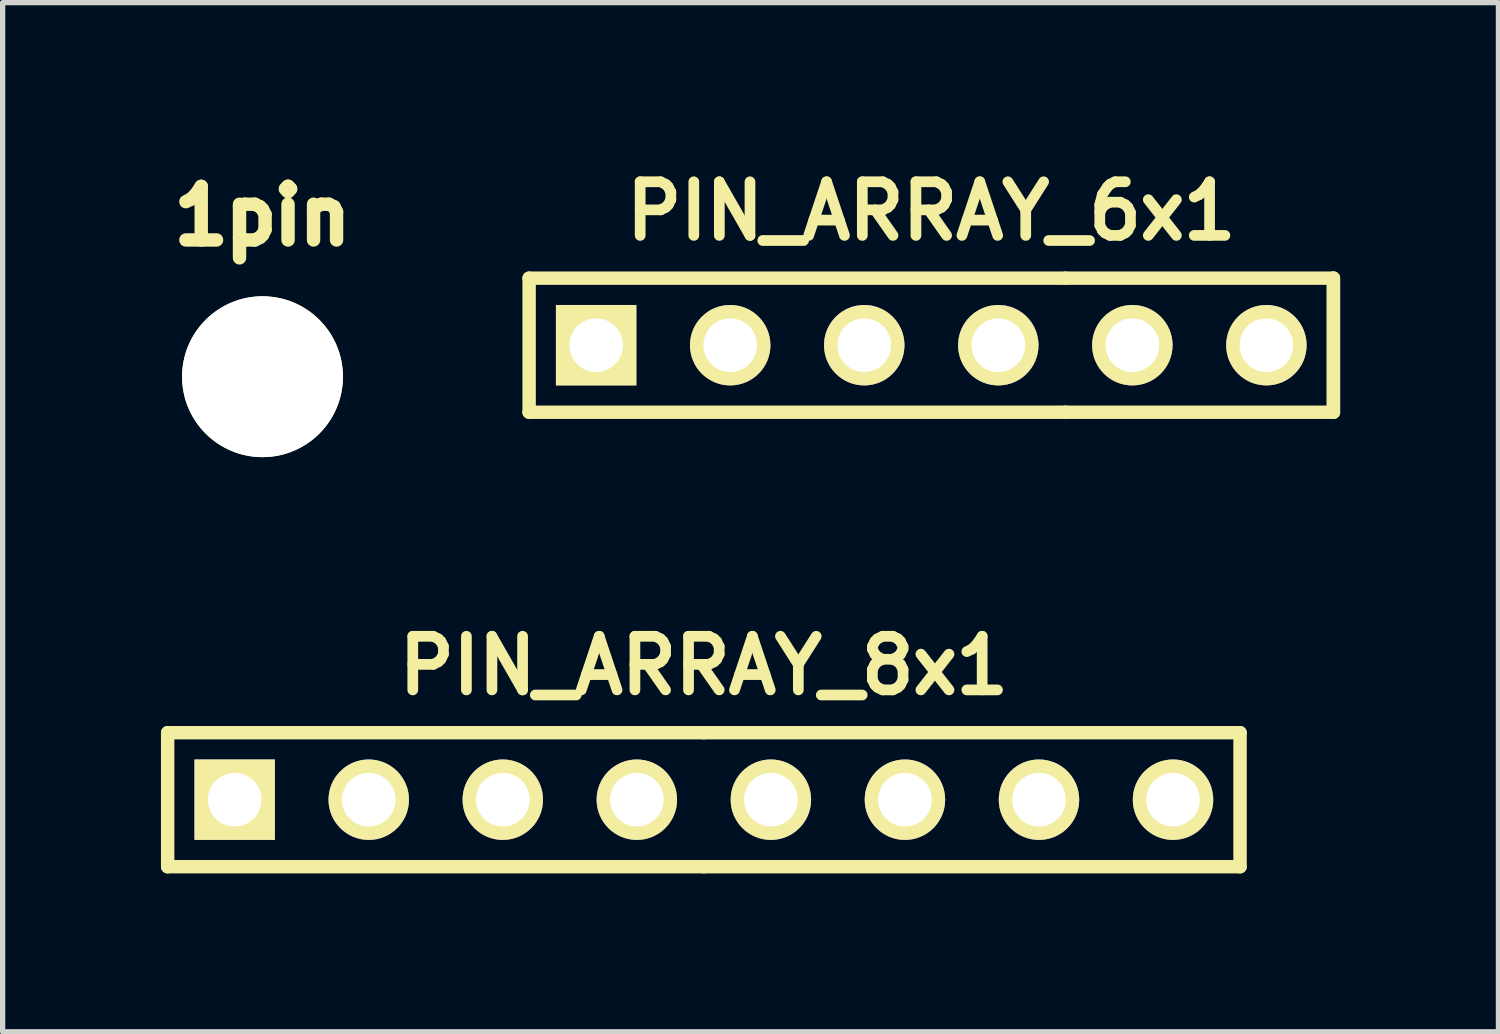
<source format=kicad_pcb>
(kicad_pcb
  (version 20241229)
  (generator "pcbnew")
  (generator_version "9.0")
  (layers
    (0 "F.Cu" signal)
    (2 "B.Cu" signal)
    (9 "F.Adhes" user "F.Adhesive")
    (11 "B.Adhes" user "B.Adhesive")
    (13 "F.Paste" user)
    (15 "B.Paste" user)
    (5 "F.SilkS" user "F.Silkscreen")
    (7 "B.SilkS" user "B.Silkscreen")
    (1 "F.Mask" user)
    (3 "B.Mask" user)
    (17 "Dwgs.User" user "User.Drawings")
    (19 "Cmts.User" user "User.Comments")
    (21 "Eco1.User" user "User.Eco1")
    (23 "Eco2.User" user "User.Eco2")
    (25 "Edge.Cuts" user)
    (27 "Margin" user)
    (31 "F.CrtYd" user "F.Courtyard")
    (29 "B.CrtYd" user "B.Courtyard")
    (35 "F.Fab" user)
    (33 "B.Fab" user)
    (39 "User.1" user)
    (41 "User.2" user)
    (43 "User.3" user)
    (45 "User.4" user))
  (footprint "PIN_ARRAY_6x1"
    (layer "F.Cu")
    (at 14.596 3.491)
    (property "Reference" "PIN_ARRAY_6x1" (at 0 -2.54 0) (layer "F.SilkS") (effects (font (size 1.016 1.016) (thickness 0.203))))
    (attr through_hole)
    (fp_line (start -7.62 -1.27) (end -7.62 1.27) (stroke (width 0.254) (type solid)) (layer "F.SilkS"))
    (fp_line (start 2.54 -1.27) (end -7.62 -1.27) (stroke (width 0.254) (type solid)) (layer "F.SilkS"))
    (fp_line (start 2.54 -1.27) (end 7.62 -1.27) (stroke (width 0.254) (type solid)) (layer "F.SilkS"))
    (fp_line (start 2.54 1.27) (end -7.62 1.27) (stroke (width 0.254) (type solid)) (layer "F.SilkS"))
    (fp_line (start 7.62 -1.27) (end 7.62 1.27) (stroke (width 0.254) (type solid)) (layer "F.SilkS"))
    (fp_line (start 7.62 1.27) (end 2.54 1.27) (stroke (width 0.254) (type solid)) (layer "F.SilkS"))
    (fp_line (start 7.62 1.27) (end 7.62 -1.27) (stroke (width 0.254) (type solid)) (layer "F.SilkS"))
    (pad "1" thru_hole rect (at -6.35 0) (size 1.524 1.524) (drill 1.016) (layers "*.Cu" "*.Mask" "F.SilkS"))
    (pad "2" thru_hole circle (at -3.81 0) (size 1.524 1.524) (drill 1.016) (layers "*.Cu" "*.Mask" "F.SilkS"))
    (pad "3" thru_hole circle (at -1.27 0) (size 1.524 1.524) (drill 1.016) (layers "*.Cu" "*.Mask" "F.SilkS"))
    (pad "4" thru_hole circle (at 1.27 0) (size 1.524 1.524) (drill 1.016) (layers "*.Cu" "*.Mask" "F.SilkS"))
    (pad "5" thru_hole circle (at 3.81 0) (size 1.524 1.524) (drill 1.016) (layers "*.Cu" "*.Mask" "F.SilkS"))
    (pad "6" thru_hole circle (at 6.35 0) (size 1.524 1.524) (drill 1.016) (layers "*.Cu" "*.Mask" "F.SilkS")))
  (footprint "1pin"
    (layer "F.Cu")
    (at 1.924 4.088)
    (property "Reference" "1pin" (at 0 -3.048 0) (layer "F.SilkS") (effects (font (size 1.016 1.016) (thickness 0.254))))
    (attr through_hole)
    (pad "" np_thru_hole circle (at 0 0) (size 3.048 3.048) (drill 3.048) (layers "*.Cu" "*.Mask" "F.SilkS")))
  (footprint "PIN_ARRAY_8x1"
    (layer "F.Cu")
    (at 10.287 12.103)
    (property "Reference" "PIN_ARRAY_8x1" (at 0 -2.54 0) (layer "F.SilkS") (effects (font (size 1.016 1.016) (thickness 0.203))))
    (attr through_hole)
    (fp_line (start -10.16 -1.27) (end -10.16 1.27) (stroke (width 0.254) (type solid)) (layer "F.SilkS"))
    (fp_line (start 0 -1.27) (end -10.16 -1.27) (stroke (width 0.254) (type solid)) (layer "F.SilkS"))
    (fp_line (start 0 -1.27) (end 10.16 -1.27) (stroke (width 0.254) (type solid)) (layer "F.SilkS"))
    (fp_line (start 0 1.27) (end -10.16 1.27) (stroke (width 0.254) (type solid)) (layer "F.SilkS"))
    (fp_line (start 0 1.27) (end 10.16 1.27) (stroke (width 0.254) (type solid)) (layer "F.SilkS"))
    (fp_line (start 10.16 1.27) (end 10.16 -1.27) (stroke (width 0.254) (type solid)) (layer "F.SilkS"))
    (pad "1" thru_hole rect (at -8.89 0) (size 1.524 1.524) (drill 1.016) (layers "*.Cu" "*.Mask" "F.SilkS"))
    (pad "2" thru_hole circle (at -6.35 0) (size 1.524 1.524) (drill 1.016) (layers "*.Cu" "*.Mask" "F.SilkS"))
    (pad "3" thru_hole circle (at -3.81 0) (size 1.524 1.524) (drill 1.016) (layers "*.Cu" "*.Mask" "F.SilkS"))
    (pad "4" thru_hole circle (at -1.27 0) (size 1.524 1.524) (drill 1.016) (layers "*.Cu" "*.Mask" "F.SilkS"))
    (pad "5" thru_hole circle (at 1.27 0) (size 1.524 1.524) (drill 1.016) (layers "*.Cu" "*.Mask" "F.SilkS"))
    (pad "6" thru_hole circle (at 3.81 0) (size 1.524 1.524) (drill 1.016) (layers "*.Cu" "*.Mask" "F.SilkS"))
    (pad "7" thru_hole circle (at 6.35 0) (size 1.524 1.524) (drill 1.016) (layers "*.Cu" "*.Mask" "F.SilkS"))
    (pad "8" thru_hole circle (at 8.89 0) (size 1.524 1.524) (drill 1.016) (layers "*.Cu" "*.Mask" "F.SilkS")))
  (gr_rect
    (start -3 -3)
    (end 25.343 16.5)
    (stroke (width 0.1) (type default))
    (fill no)
    (layer "Edge.Cuts")))
</source>
